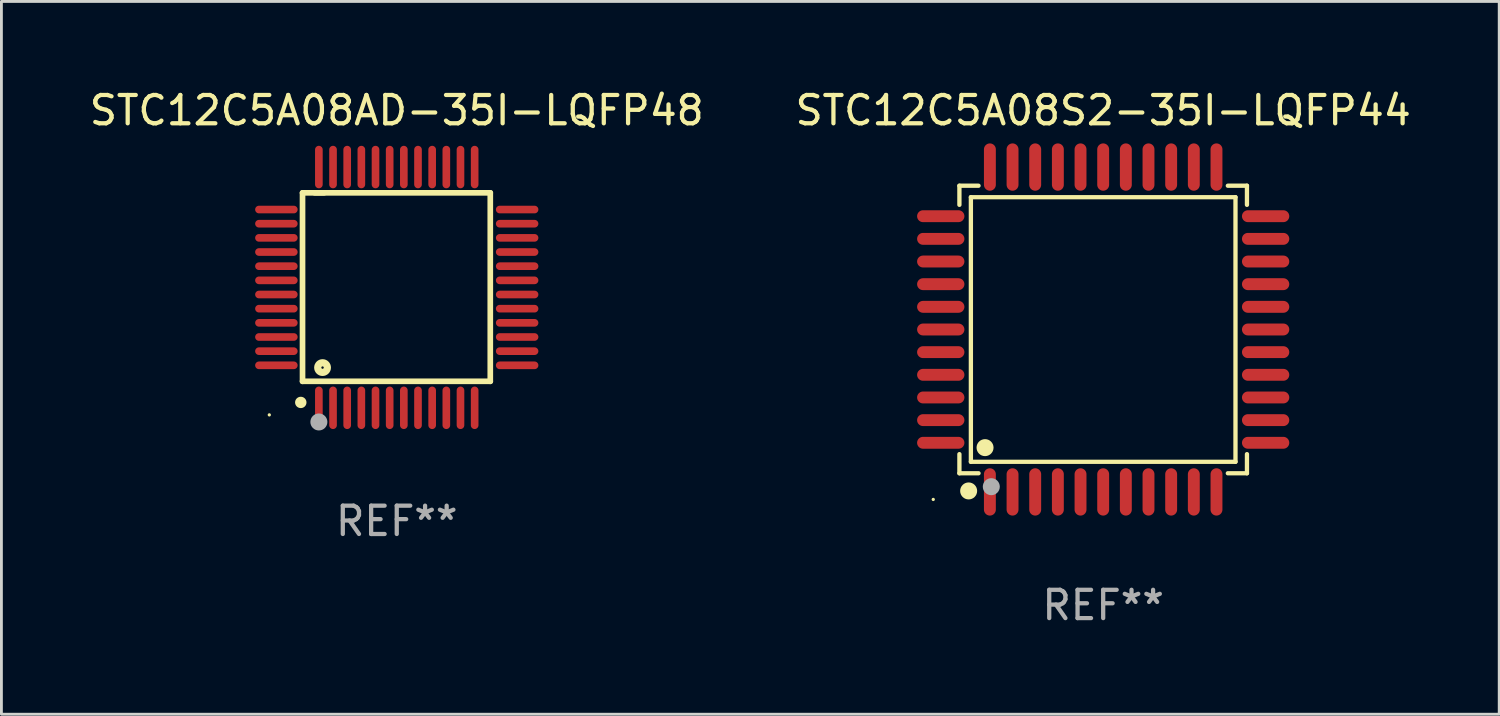
<source format=kicad_pcb>
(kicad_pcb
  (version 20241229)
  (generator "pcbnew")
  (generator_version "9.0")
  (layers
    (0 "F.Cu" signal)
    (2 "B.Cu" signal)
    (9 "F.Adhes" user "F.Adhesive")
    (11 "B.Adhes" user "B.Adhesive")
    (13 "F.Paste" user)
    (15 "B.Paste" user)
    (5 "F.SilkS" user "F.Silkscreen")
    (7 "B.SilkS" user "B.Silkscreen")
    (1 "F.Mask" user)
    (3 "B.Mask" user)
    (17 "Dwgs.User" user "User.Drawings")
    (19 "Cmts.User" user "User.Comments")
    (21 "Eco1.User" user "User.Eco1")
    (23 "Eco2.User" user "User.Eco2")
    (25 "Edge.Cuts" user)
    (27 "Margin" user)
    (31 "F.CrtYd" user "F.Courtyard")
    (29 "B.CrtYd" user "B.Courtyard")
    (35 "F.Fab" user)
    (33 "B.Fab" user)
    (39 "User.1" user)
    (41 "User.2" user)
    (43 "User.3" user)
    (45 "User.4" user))
  (footprint "STC12C5A08AD-35I-LQFP48"
    (layer "F.Cu")
    (at 10.958 7.098)
    (property "Reference" "STC12C5A08AD-35I-LQFP48" (at 0 -6.25 0) (layer "F.SilkS") (effects (font (size 1 1) (thickness 0.15))))
    (attr through_hole)
    (fp_line (start -3.327 -3.34) (end -2.565 -3.34) (stroke (width 0.2) (type solid)) (layer "F.SilkS"))
    (fp_line (start -3.327 3.315) (end -3.327 -3.34) (stroke (width 0.2) (type solid)) (layer "F.SilkS"))
    (fp_line (start -2.896 -3.34) (end 3.302 -3.34) (stroke (width 0.2) (type solid)) (layer "F.SilkS"))
    (fp_line (start 3.302 -3.34) (end 3.302 3.315) (stroke (width 0.2) (type solid)) (layer "F.SilkS"))
    (fp_line (start 3.302 3.315) (end -3.327 3.315) (stroke (width 0.2) (type solid)) (layer "F.SilkS"))
    (fp_arc (start -3.389992 4.059995) (mid -3.388722 4.059991) (end -3.387452 4.059995) (stroke (width 0.4) (type solid)) (layer "F.SilkS"))
    (fp_circle (center -4.5 4.5) (end -4.47 4.5) (stroke (width 0.06) (type solid)) (fill no) (layer "F.SilkS"))
    (fp_circle (center -2.62 2.83) (end -2.45 2.83) (stroke (width 0.254) (type solid)) (fill no) (layer "F.SilkS"))
    (fp_circle (center -2.75 4.75) (end -2.6 4.75) (stroke (width 0.3) (type solid)) (fill no) (layer "F.Fab"))
    (fp_text user "REF**" (at 0 8.25 0) (layer "F.Fab") (effects (font (size 1 1) (thickness 0.15))))
    (pad "1" smd oval (at -2.75 4.25) (size 0.27 1.5) (layers "F.Cu" "F.Mask" "F.Paste"))
    (pad "2" smd oval (at -2.25 4.25) (size 0.27 1.5) (layers "F.Cu" "F.Mask" "F.Paste"))
    (pad "3" smd oval (at -1.75 4.25) (size 0.27 1.5) (layers "F.Cu" "F.Mask" "F.Paste"))
    (pad "4" smd oval (at -1.25 4.25) (size 0.27 1.5) (layers "F.Cu" "F.Mask" "F.Paste"))
    (pad "5" smd oval (at -0.75 4.25) (size 0.27 1.5) (layers "F.Cu" "F.Mask" "F.Paste"))
    (pad "6" smd oval (at -0.25 4.25) (size 0.27 1.5) (layers "F.Cu" "F.Mask" "F.Paste"))
    (pad "7" smd oval (at 0.25 4.25) (size 0.27 1.5) (layers "F.Cu" "F.Mask" "F.Paste"))
    (pad "8" smd oval (at 0.75 4.25) (size 0.27 1.5) (layers "F.Cu" "F.Mask" "F.Paste"))
    (pad "9" smd oval (at 1.25 4.25) (size 0.27 1.5) (layers "F.Cu" "F.Mask" "F.Paste"))
    (pad "10" smd oval (at 1.75 4.25) (size 0.27 1.5) (layers "F.Cu" "F.Mask" "F.Paste"))
    (pad "11" smd oval (at 2.25 4.25) (size 0.27 1.5) (layers "F.Cu" "F.Mask" "F.Paste"))
    (pad "12" smd oval (at 2.75 4.25) (size 0.27 1.5) (layers "F.Cu" "F.Mask" "F.Paste"))
    (pad "13" smd oval (at 4.25 2.75) (size 1.5 0.27) (layers "F.Cu" "F.Mask" "F.Paste"))
    (pad "14" smd oval (at 4.25 2.25) (size 1.5 0.27) (layers "F.Cu" "F.Mask" "F.Paste"))
    (pad "15" smd oval (at 4.25 1.75) (size 1.5 0.27) (layers "F.Cu" "F.Mask" "F.Paste"))
    (pad "16" smd oval (at 4.25 1.25) (size 1.5 0.27) (layers "F.Cu" "F.Mask" "F.Paste"))
    (pad "17" smd oval (at 4.25 0.75) (size 1.5 0.27) (layers "F.Cu" "F.Mask" "F.Paste"))
    (pad "18" smd oval (at 4.25 0.25) (size 1.5 0.27) (layers "F.Cu" "F.Mask" "F.Paste"))
    (pad "19" smd oval (at 4.25 -0.25) (size 1.5 0.27) (layers "F.Cu" "F.Mask" "F.Paste"))
    (pad "20" smd oval (at 4.25 -0.75) (size 1.5 0.27) (layers "F.Cu" "F.Mask" "F.Paste"))
    (pad "21" smd oval (at 4.25 -1.25) (size 1.5 0.27) (layers "F.Cu" "F.Mask" "F.Paste"))
    (pad "22" smd oval (at 4.25 -1.75) (size 1.5 0.27) (layers "F.Cu" "F.Mask" "F.Paste"))
    (pad "23" smd oval (at 4.25 -2.25) (size 1.5 0.27) (layers "F.Cu" "F.Mask" "F.Paste"))
    (pad "24" smd oval (at 4.25 -2.75) (size 1.5 0.27) (layers "F.Cu" "F.Mask" "F.Paste"))
    (pad "25" smd oval (at 2.75 -4.25) (size 0.27 1.5) (layers "F.Cu" "F.Mask" "F.Paste"))
    (pad "26" smd oval (at 2.25 -4.25) (size 0.27 1.5) (layers "F.Cu" "F.Mask" "F.Paste"))
    (pad "27" smd oval (at 1.75 -4.25) (size 0.27 1.5) (layers "F.Cu" "F.Mask" "F.Paste"))
    (pad "28" smd oval (at 1.25 -4.25) (size 0.27 1.5) (layers "F.Cu" "F.Mask" "F.Paste"))
    (pad "29" smd oval (at 0.75 -4.25) (size 0.27 1.5) (layers "F.Cu" "F.Mask" "F.Paste"))
    (pad "30" smd oval (at 0.25 -4.25) (size 0.27 1.5) (layers "F.Cu" "F.Mask" "F.Paste"))
    (pad "31" smd oval (at -0.25 -4.25) (size 0.27 1.5) (layers "F.Cu" "F.Mask" "F.Paste"))
    (pad "32" smd oval (at -0.75 -4.25) (size 0.27 1.5) (layers "F.Cu" "F.Mask" "F.Paste"))
    (pad "33" smd oval (at -1.25 -4.25) (size 0.27 1.5) (layers "F.Cu" "F.Mask" "F.Paste"))
    (pad "34" smd oval (at -1.75 -4.25) (size 0.27 1.5) (layers "F.Cu" "F.Mask" "F.Paste"))
    (pad "35" smd oval (at -2.25 -4.25) (size 0.27 1.5) (layers "F.Cu" "F.Mask" "F.Paste"))
    (pad "36" smd oval (at -2.75 -4.25) (size 0.27 1.5) (layers "F.Cu" "F.Mask" "F.Paste"))
    (pad "37" smd oval (at -4.25 -2.75) (size 1.5 0.27) (layers "F.Cu" "F.Mask" "F.Paste"))
    (pad "38" smd oval (at -4.25 -2.25) (size 1.5 0.27) (layers "F.Cu" "F.Mask" "F.Paste"))
    (pad "39" smd oval (at -4.25 -1.75) (size 1.5 0.27) (layers "F.Cu" "F.Mask" "F.Paste"))
    (pad "40" smd oval (at -4.25 -1.25) (size 1.5 0.27) (layers "F.Cu" "F.Mask" "F.Paste"))
    (pad "41" smd oval (at -4.25 -0.75) (size 1.5 0.27) (layers "F.Cu" "F.Mask" "F.Paste"))
    (pad "42" smd oval (at -4.25 -0.25) (size 1.5 0.27) (layers "F.Cu" "F.Mask" "F.Paste"))
    (pad "43" smd oval (at -4.25 0.25) (size 1.5 0.27) (layers "F.Cu" "F.Mask" "F.Paste"))
    (pad "44" smd oval (at -4.25 0.75) (size 1.5 0.27) (layers "F.Cu" "F.Mask" "F.Paste"))
    (pad "45" smd oval (at -4.25 1.25) (size 1.5 0.27) (layers "F.Cu" "F.Mask" "F.Paste"))
    (pad "46" smd oval (at -4.25 1.75) (size 1.5 0.27) (layers "F.Cu" "F.Mask" "F.Paste"))
    (pad "47" smd oval (at -4.25 2.25) (size 1.5 0.27) (layers "F.Cu" "F.Mask" "F.Paste"))
    (pad "48" smd oval (at -4.25 2.75) (size 1.5 0.27) (layers "F.Cu" "F.Mask" "F.Paste")))
  (footprint "STC12C5A08S2-35I-LQFP44"
    (layer "F.Cu")
    (at 35.899 8.583)
    (property "Reference" "STC12C5A08S2-35I-LQFP44" (at 0 -7.735 0) (layer "F.SilkS") (effects (font (size 1 1) (thickness 0.15))))
    (attr through_hole)
    (fp_line (start -5.076 -5.076) (end -4.401 -5.076) (stroke (width 0.152) (type solid)) (layer "F.SilkS"))
    (fp_line (start -5.076 -4.401) (end -5.076 -5.076) (stroke (width 0.152) (type solid)) (layer "F.SilkS"))
    (fp_line (start -5.076 4.401) (end -5.076 5.076) (stroke (width 0.152) (type solid)) (layer "F.SilkS"))
    (fp_line (start -5.076 5.076) (end -4.401 5.076) (stroke (width 0.152) (type solid)) (layer "F.SilkS"))
    (fp_line (start -4.671 -4.671) (end 4.671 -4.671) (stroke (width 0.152) (type solid)) (layer "F.SilkS"))
    (fp_line (start -4.671 4.671) (end -4.671 -4.671) (stroke (width 0.152) (type solid)) (layer "F.SilkS"))
    (fp_line (start 4.671 -4.671) (end 4.671 4.671) (stroke (width 0.152) (type solid)) (layer "F.SilkS"))
    (fp_line (start 4.671 4.671) (end -4.671 4.671) (stroke (width 0.152) (type solid)) (layer "F.SilkS"))
    (fp_line (start 5.076 -5.076) (end 4.401 -5.076) (stroke (width 0.152) (type solid)) (layer "F.SilkS"))
    (fp_line (start 5.076 -4.401) (end 5.076 -5.076) (stroke (width 0.152) (type solid)) (layer "F.SilkS"))
    (fp_line (start 5.076 4.401) (end 5.076 5.076) (stroke (width 0.152) (type solid)) (layer "F.SilkS"))
    (fp_line (start 5.076 5.076) (end 4.401 5.076) (stroke (width 0.152) (type solid)) (layer "F.SilkS"))
    (fp_circle (center -6 6) (end -5.97 6) (stroke (width 0.06) (type solid)) (fill no) (layer "F.SilkS"))
    (fp_circle (center -4.75 5.7) (end -4.6 5.7) (stroke (width 0.3) (type solid)) (fill no) (layer "F.SilkS"))
    (fp_circle (center -4.171 4.171) (end -4.021 4.171) (stroke (width 0.3) (type solid)) (fill no) (layer "F.SilkS"))
    (fp_circle (center -3.95 5.55) (end -3.8 5.55) (stroke (width 0.3) (type solid)) (fill no) (layer "F.Fab"))
    (fp_text user "REF**" (at 0 9.735 0) (layer "F.Fab") (effects (font (size 1 1) (thickness 0.15))))
    (pad "1" smd oval (at -4 5.735) (size 0.42 1.67) (layers "F.Cu" "F.Mask" "F.Paste"))
    (pad "2" smd oval (at -3.2 5.735) (size 0.42 1.67) (layers "F.Cu" "F.Mask" "F.Paste"))
    (pad "3" smd oval (at -2.4 5.735) (size 0.42 1.67) (layers "F.Cu" "F.Mask" "F.Paste"))
    (pad "4" smd oval (at -1.6 5.735) (size 0.42 1.67) (layers "F.Cu" "F.Mask" "F.Paste"))
    (pad "5" smd oval (at -0.8 5.735) (size 0.42 1.67) (layers "F.Cu" "F.Mask" "F.Paste"))
    (pad "6" smd oval (at 0 5.735) (size 0.42 1.67) (layers "F.Cu" "F.Mask" "F.Paste"))
    (pad "7" smd oval (at 0.8 5.735) (size 0.42 1.67) (layers "F.Cu" "F.Mask" "F.Paste"))
    (pad "8" smd oval (at 1.6 5.735) (size 0.42 1.67) (layers "F.Cu" "F.Mask" "F.Paste"))
    (pad "9" smd oval (at 2.4 5.735) (size 0.42 1.67) (layers "F.Cu" "F.Mask" "F.Paste"))
    (pad "10" smd oval (at 3.2 5.735) (size 0.42 1.67) (layers "F.Cu" "F.Mask" "F.Paste"))
    (pad "11" smd oval (at 4 5.735) (size 0.42 1.67) (layers "F.Cu" "F.Mask" "F.Paste"))
    (pad "12" smd oval (at 5.735 4) (size 1.67 0.42) (layers "F.Cu" "F.Mask" "F.Paste"))
    (pad "13" smd oval (at 5.735 3.2) (size 1.67 0.42) (layers "F.Cu" "F.Mask" "F.Paste"))
    (pad "14" smd oval (at 5.735 2.4) (size 1.67 0.42) (layers "F.Cu" "F.Mask" "F.Paste"))
    (pad "15" smd oval (at 5.735 1.6) (size 1.67 0.42) (layers "F.Cu" "F.Mask" "F.Paste"))
    (pad "16" smd oval (at 5.735 0.8) (size 1.67 0.42) (layers "F.Cu" "F.Mask" "F.Paste"))
    (pad "17" smd oval (at 5.735 0) (size 1.67 0.42) (layers "F.Cu" "F.Mask" "F.Paste"))
    (pad "18" smd oval (at 5.735 -0.8) (size 1.67 0.42) (layers "F.Cu" "F.Mask" "F.Paste"))
    (pad "19" smd oval (at 5.735 -1.6) (size 1.67 0.42) (layers "F.Cu" "F.Mask" "F.Paste"))
    (pad "20" smd oval (at 5.735 -2.4) (size 1.67 0.42) (layers "F.Cu" "F.Mask" "F.Paste"))
    (pad "21" smd oval (at 5.735 -3.2) (size 1.67 0.42) (layers "F.Cu" "F.Mask" "F.Paste"))
    (pad "22" smd oval (at 5.735 -4) (size 1.67 0.42) (layers "F.Cu" "F.Mask" "F.Paste"))
    (pad "23" smd oval (at 4 -5.735) (size 0.42 1.67) (layers "F.Cu" "F.Mask" "F.Paste"))
    (pad "24" smd oval (at 3.2 -5.735) (size 0.42 1.67) (layers "F.Cu" "F.Mask" "F.Paste"))
    (pad "25" smd oval (at 2.4 -5.735) (size 0.42 1.67) (layers "F.Cu" "F.Mask" "F.Paste"))
    (pad "26" smd oval (at 1.6 -5.735) (size 0.42 1.67) (layers "F.Cu" "F.Mask" "F.Paste"))
    (pad "27" smd oval (at 0.8 -5.735) (size 0.42 1.67) (layers "F.Cu" "F.Mask" "F.Paste"))
    (pad "28" smd oval (at 0 -5.735) (size 0.42 1.67) (layers "F.Cu" "F.Mask" "F.Paste"))
    (pad "29" smd oval (at -0.8 -5.735) (size 0.42 1.67) (layers "F.Cu" "F.Mask" "F.Paste"))
    (pad "30" smd oval (at -1.6 -5.735) (size 0.42 1.67) (layers "F.Cu" "F.Mask" "F.Paste"))
    (pad "31" smd oval (at -2.4 -5.735) (size 0.42 1.67) (layers "F.Cu" "F.Mask" "F.Paste"))
    (pad "32" smd oval (at -3.2 -5.735) (size 0.42 1.67) (layers "F.Cu" "F.Mask" "F.Paste"))
    (pad "33" smd oval (at -4 -5.735) (size 0.42 1.67) (layers "F.Cu" "F.Mask" "F.Paste"))
    (pad "34" smd oval (at -5.735 -4) (size 1.67 0.42) (layers "F.Cu" "F.Mask" "F.Paste"))
    (pad "35" smd oval (at -5.735 -3.2) (size 1.67 0.42) (layers "F.Cu" "F.Mask" "F.Paste"))
    (pad "36" smd oval (at -5.735 -2.4) (size 1.67 0.42) (layers "F.Cu" "F.Mask" "F.Paste"))
    (pad "37" smd oval (at -5.735 -1.6) (size 1.67 0.42) (layers "F.Cu" "F.Mask" "F.Paste"))
    (pad "38" smd oval (at -5.735 -0.8) (size 1.67 0.42) (layers "F.Cu" "F.Mask" "F.Paste"))
    (pad "39" smd oval (at -5.735 0) (size 1.67 0.42) (layers "F.Cu" "F.Mask" "F.Paste"))
    (pad "40" smd oval (at -5.735 0.8) (size 1.67 0.42) (layers "F.Cu" "F.Mask" "F.Paste"))
    (pad "41" smd oval (at -5.735 1.6) (size 1.67 0.42) (layers "F.Cu" "F.Mask" "F.Paste"))
    (pad "42" smd oval (at -5.735 2.4) (size 1.67 0.42) (layers "F.Cu" "F.Mask" "F.Paste"))
    (pad "43" smd oval (at -5.735 3.2) (size 1.67 0.42) (layers "F.Cu" "F.Mask" "F.Paste"))
    (pad "44" smd oval (at -5.735 4) (size 1.67 0.42) (layers "F.Cu" "F.Mask" "F.Paste")))
  (gr_rect
    (start -3 -3)
    (end 49.881 22.167)
    (stroke (width 0.1) (type default))
    (fill no)
    (layer "Edge.Cuts")))
</source>
